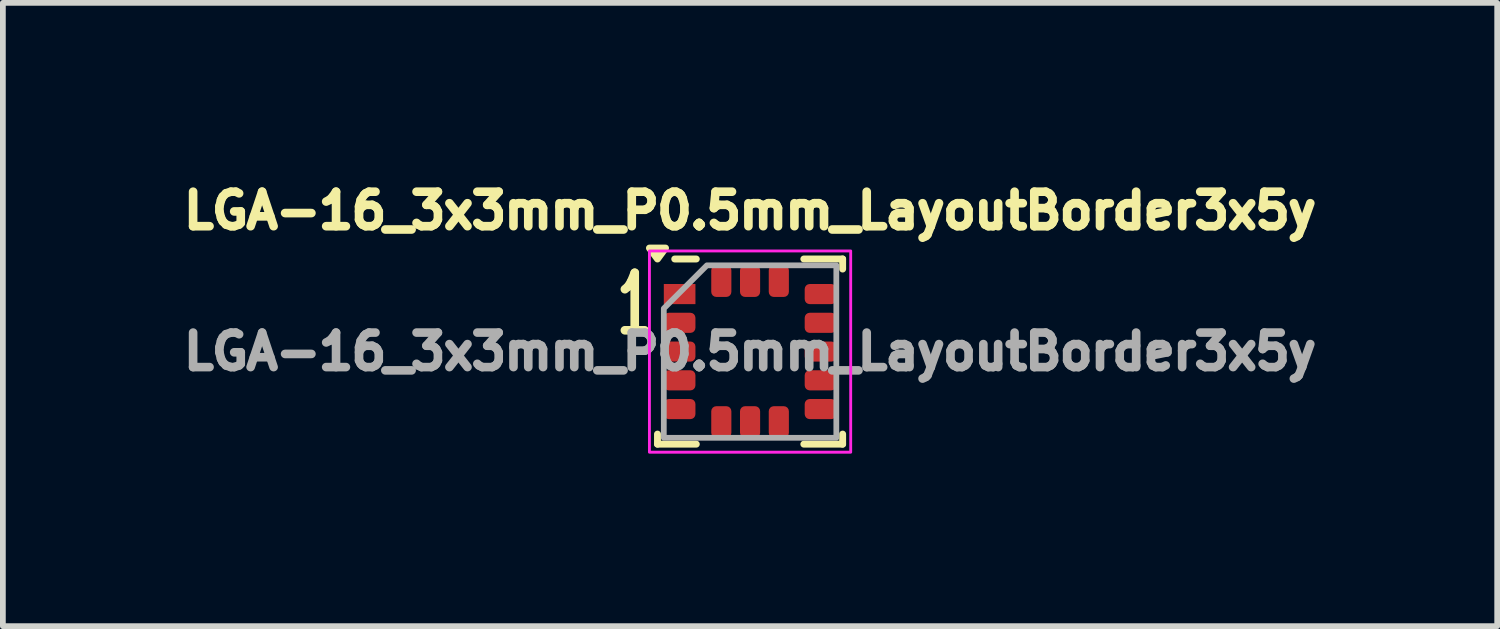
<source format=kicad_pcb>
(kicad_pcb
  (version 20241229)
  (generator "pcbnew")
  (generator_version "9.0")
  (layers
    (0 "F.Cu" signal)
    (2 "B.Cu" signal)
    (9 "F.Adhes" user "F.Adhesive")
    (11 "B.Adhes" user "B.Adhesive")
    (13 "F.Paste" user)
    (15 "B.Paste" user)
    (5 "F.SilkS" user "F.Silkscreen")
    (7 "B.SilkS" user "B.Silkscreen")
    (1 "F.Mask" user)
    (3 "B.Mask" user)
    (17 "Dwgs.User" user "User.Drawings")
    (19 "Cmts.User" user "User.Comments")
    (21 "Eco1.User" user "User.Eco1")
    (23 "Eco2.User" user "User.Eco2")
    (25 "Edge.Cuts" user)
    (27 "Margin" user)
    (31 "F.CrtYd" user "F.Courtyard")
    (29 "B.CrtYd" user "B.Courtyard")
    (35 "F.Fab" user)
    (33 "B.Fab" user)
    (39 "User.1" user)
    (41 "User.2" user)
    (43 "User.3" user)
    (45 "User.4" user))
  (footprint "LGA-16_3x3mm_P0.5mm_LayoutBorder3x5y"
    (layer "F.Cu")
    (at 9.994 3.064)
    (property "Reference" "LGA-16_3x3mm_P0.5mm_LayoutBorder3x5y" (at 0 -2.45 0) (layer "F.SilkS") (effects (font (size 0.6 0.6) (thickness 0.15))))
    (attr smd)
    (fp_line (start -1.61 1.61) (end -1.61 1.435) (stroke (width 0.12) (type solid)) (layer "F.SilkS"))
    (fp_line (start -0.935 -1.61) (end -1.31 -1.61) (stroke (width 0.12) (type solid)) (layer "F.SilkS"))
    (fp_line (start -0.935 1.61) (end -1.61 1.61) (stroke (width 0.12) (type solid)) (layer "F.SilkS"))
    (fp_line (start 0.935 -1.61) (end 1.61 -1.61) (stroke (width 0.12) (type solid)) (layer "F.SilkS"))
    (fp_line (start 0.935 1.61) (end 1.61 1.61) (stroke (width 0.12) (type solid)) (layer "F.SilkS"))
    (fp_line (start 1.61 -1.61) (end 1.61 -1.435) (stroke (width 0.12) (type solid)) (layer "F.SilkS"))
    (fp_line (start 1.61 1.61) (end 1.61 1.435) (stroke (width 0.12) (type solid)) (layer "F.SilkS"))
    (fp_poly (pts (xy -1.61 -1.61) (xy -1.75 -1.8) (xy -1.47 -1.8)) (stroke (width 0.12) (type solid)) (fill yes) (layer "F.SilkS"))
    (fp_rect (start -1.75 -1.75) (end 1.75 1.75) (stroke (width 0.05) (type solid)) (fill no) (layer "F.CrtYd"))
    (fp_poly (pts (xy -1.5 -0.75) (xy -1.5 1.5) (xy 1.5 1.5) (xy 1.5 -1.5) (xy -0.75 -1.5)) (stroke (width 0.1) (type solid)) (fill no) (layer "F.Fab"))
    (fp_text user "1" (at -2.39 -0.24 0) (unlocked yes) (layer "F.SilkS") (effects (font (size 1 0.6) (thickness 0.15) (bold yes)) (justify left bottom)))
    (fp_text user "${REFERENCE}" (at 0 0 0) (layer "F.Fab") (effects (font (size 0.6 0.6) (thickness 0.15) (bold yes))))
    (pad "1" smd rect (at -1.225 -1) (size 0.55 0.35) (layers "F.Cu" "F.Mask" "F.Paste"))
    (pad "2" smd roundrect (at -1.225 -0.5) (size 0.55 0.35) (layers "F.Cu" "F.Mask" "F.Paste") (roundrect_rratio 0.25))
    (pad "3" smd roundrect (at -1.225 0) (size 0.55 0.35) (layers "F.Cu" "F.Mask" "F.Paste") (roundrect_rratio 0.25))
    (pad "4" smd roundrect (at -1.225 0.5) (size 0.55 0.35) (layers "F.Cu" "F.Mask" "F.Paste") (roundrect_rratio 0.25))
    (pad "5" smd roundrect (at -1.225 1) (size 0.55 0.35) (layers "F.Cu" "F.Mask" "F.Paste") (roundrect_rratio 0.25))
    (pad "6" smd roundrect (at -0.5 1.225) (size 0.35 0.55) (layers "F.Cu" "F.Mask" "F.Paste") (roundrect_rratio 0.25))
    (pad "7" smd roundrect (at 0 1.225) (size 0.35 0.55) (layers "F.Cu" "F.Mask" "F.Paste") (roundrect_rratio 0.25))
    (pad "8" smd roundrect (at 0.5 1.225) (size 0.35 0.55) (layers "F.Cu" "F.Mask" "F.Paste") (roundrect_rratio 0.25))
    (pad "9" smd roundrect (at 1.225 1) (size 0.55 0.35) (layers "F.Cu" "F.Mask" "F.Paste") (roundrect_rratio 0.25))
    (pad "10" smd roundrect (at 1.225 0.5) (size 0.55 0.35) (layers "F.Cu" "F.Mask" "F.Paste") (roundrect_rratio 0.25))
    (pad "11" smd roundrect (at 1.225 0) (size 0.55 0.35) (layers "F.Cu" "F.Mask" "F.Paste") (roundrect_rratio 0.25))
    (pad "12" smd roundrect (at 1.225 -0.5) (size 0.55 0.35) (layers "F.Cu" "F.Mask" "F.Paste") (roundrect_rratio 0.25))
    (pad "13" smd roundrect (at 1.225 -1) (size 0.55 0.35) (layers "F.Cu" "F.Mask" "F.Paste") (roundrect_rratio 0.25))
    (pad "14" smd roundrect (at 0.5 -1.225) (size 0.35 0.55) (layers "F.Cu" "F.Mask" "F.Paste") (roundrect_rratio 0.25))
    (pad "15" smd roundrect (at 0 -1.225) (size 0.35 0.55) (layers "F.Cu" "F.Mask" "F.Paste") (roundrect_rratio 0.25))
    (pad "16" smd roundrect (at -0.5 -1.225) (size 0.35 0.55) (layers "F.Cu" "F.Mask" "F.Paste") (roundrect_rratio 0.25)))
  (gr_rect
    (start -3 -3)
    (end 22.987 7.839)
    (stroke (width 0.1) (type default))
    (fill no)
    (layer "Edge.Cuts")))
</source>
